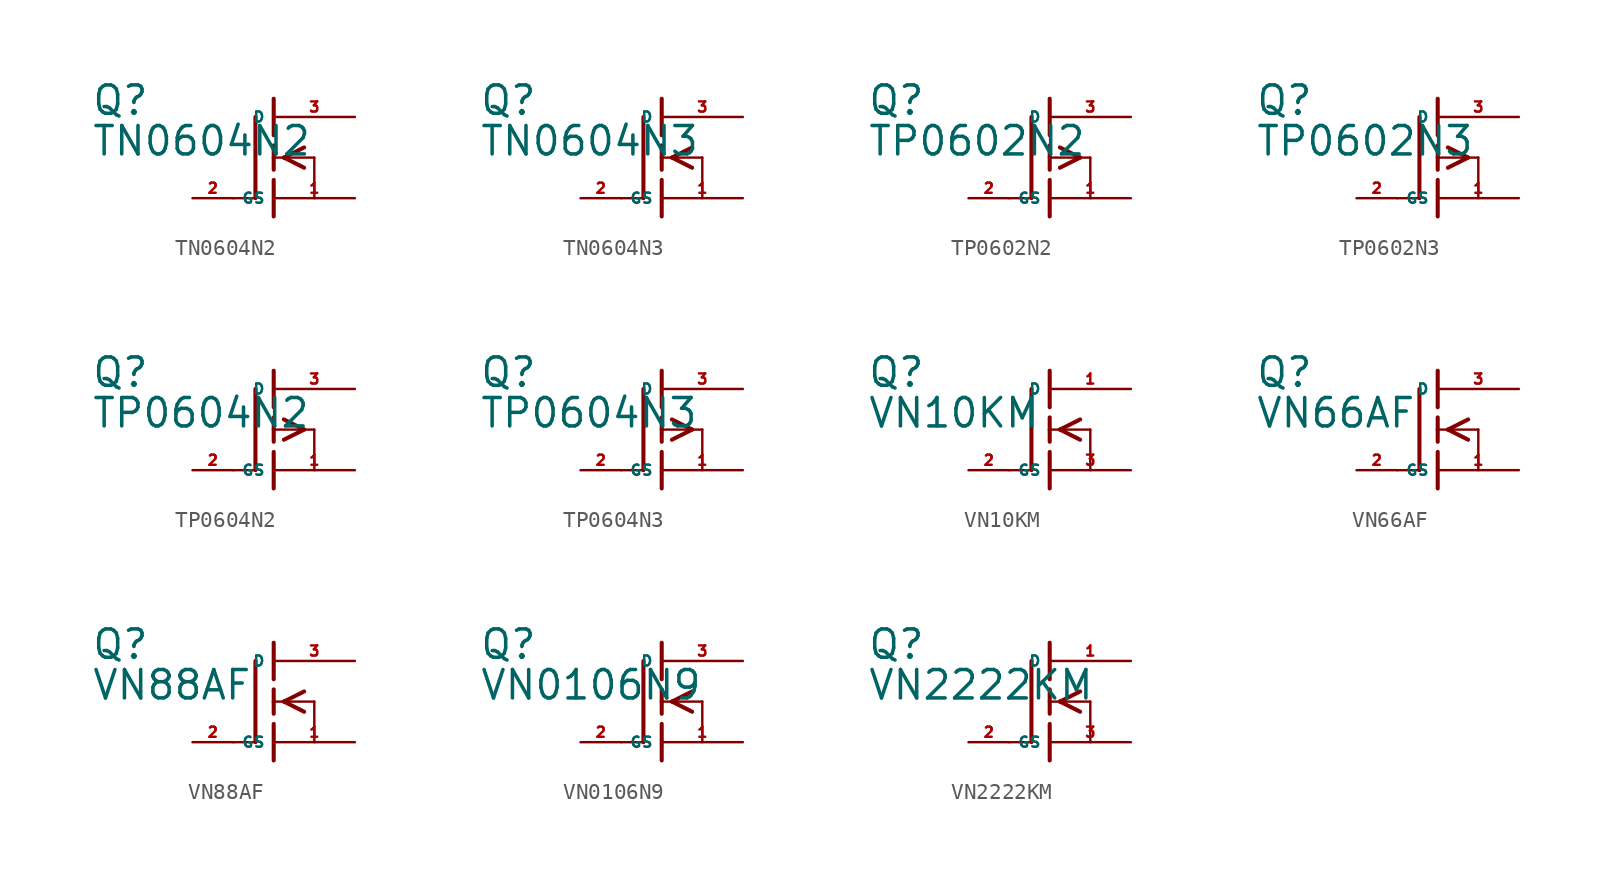
<source format=kicad_sym>
(kicad_symbol_lib
  (version 20220914)
  (generator Eagle2Kicad)
  (symbol "TN0604N2"
    (property "Reference" "Q"
      (at -11.43 2.54 0)
      (effects (font (size 1.778 1.778) (thickness 0.22)) (justify left bottom)))
    (property "Value" "TN0604N2"
      (at -11.43 0 0)
      (effects (font (size 1.778 1.778) (thickness 0.22)) (justify left bottom)))
    (polyline
      (pts (xy -2.54 -2.54) (xy -1.219 -2.54))
      (stroke (width 0.152) (type default))
      (fill (type none)))
    (polyline
      (pts (xy 0 0.762) (xy 0 0))
      (stroke (width 0.254) (type default))
      (fill (type none)))
    (polyline
      (pts (xy 0 0) (xy 0 -0.762))
      (stroke (width 0.254) (type default))
      (fill (type none)))
    (polyline
      (pts (xy 0 3.683) (xy 0 1.397))
      (stroke (width 0.254) (type default))
      (fill (type none)))
    (polyline
      (pts (xy 1.905 0.635) (xy 0.635 0))
      (stroke (width 0.254) (type default))
      (fill (type none)))
    (polyline
      (pts (xy 1.905 -0.635) (xy 0.635 0))
      (stroke (width 0.254) (type default))
      (fill (type none)))
    (polyline
      (pts (xy 0 0) (xy 0.635 0))
      (stroke (width 0.152) (type default))
      (fill (type none)))
    (polyline
      (pts (xy 0.635 0) (xy 2.54 0))
      (stroke (width 0.152) (type default))
      (fill (type none)))
    (polyline
      (pts (xy 2.54 0) (xy 2.54 -2.54))
      (stroke (width 0.152) (type default))
      (fill (type none)))
    (polyline
      (pts (xy 0 -1.397) (xy 0 -3.683))
      (stroke (width 0.254) (type default))
      (fill (type none)))
    (polyline
      (pts (xy -1.143 2.54) (xy -1.143 -2.54))
      (stroke (width 0.254) (type default))
      (fill (type none)))
    (pin passive line
      (at 5.08 2.54 180)
      (length 5.08)
      (name "D" (effects (font (size 0.635 0.635) (thickness 0.08)) (justify left bottom)))
      (number "3" (effects (font (size 0.635 0.635) (thickness 0.08)) (justify left bottom))))
    (pin passive line
      (at 5.08 -2.54 180)
      (length 5.08)
      (name "S" (effects (font (size 0.635 0.635) (thickness 0.08)) (justify left bottom)))
      (number "1" (effects (font (size 0.635 0.635) (thickness 0.08)) (justify left bottom))))
    (pin passive line
      (at -5.08 -2.54 0)
      (length 2.54)
      (name "G" (effects (font (size 0.635 0.635) (thickness 0.08)) (justify left bottom)))
      (number "2" (effects (font (size 0.635 0.635) (thickness 0.08)) (justify left bottom)))))
  (symbol "TN0604N3"
    (property "Reference" "Q"
      (at -11.43 2.54 0)
      (effects (font (size 1.778 1.778) (thickness 0.22)) (justify left bottom)))
    (property "Value" "TN0604N3"
      (at -11.43 0 0)
      (effects (font (size 1.778 1.778) (thickness 0.22)) (justify left bottom)))
    (polyline
      (pts (xy -2.54 -2.54) (xy -1.219 -2.54))
      (stroke (width 0.152) (type default))
      (fill (type none)))
    (polyline
      (pts (xy 0 0.762) (xy 0 0))
      (stroke (width 0.254) (type default))
      (fill (type none)))
    (polyline
      (pts (xy 0 0) (xy 0 -0.762))
      (stroke (width 0.254) (type default))
      (fill (type none)))
    (polyline
      (pts (xy 0 3.683) (xy 0 1.397))
      (stroke (width 0.254) (type default))
      (fill (type none)))
    (polyline
      (pts (xy 1.905 0.635) (xy 0.635 0))
      (stroke (width 0.254) (type default))
      (fill (type none)))
    (polyline
      (pts (xy 1.905 -0.635) (xy 0.635 0))
      (stroke (width 0.254) (type default))
      (fill (type none)))
    (polyline
      (pts (xy 0 0) (xy 0.635 0))
      (stroke (width 0.152) (type default))
      (fill (type none)))
    (polyline
      (pts (xy 0.635 0) (xy 2.54 0))
      (stroke (width 0.152) (type default))
      (fill (type none)))
    (polyline
      (pts (xy 2.54 0) (xy 2.54 -2.54))
      (stroke (width 0.152) (type default))
      (fill (type none)))
    (polyline
      (pts (xy 0 -1.397) (xy 0 -3.683))
      (stroke (width 0.254) (type default))
      (fill (type none)))
    (polyline
      (pts (xy -1.143 2.54) (xy -1.143 -2.54))
      (stroke (width 0.254) (type default))
      (fill (type none)))
    (pin passive line
      (at 5.08 2.54 180)
      (length 5.08)
      (name "D" (effects (font (size 0.635 0.635) (thickness 0.08)) (justify left bottom)))
      (number "3" (effects (font (size 0.635 0.635) (thickness 0.08)) (justify left bottom))))
    (pin passive line
      (at 5.08 -2.54 180)
      (length 5.08)
      (name "S" (effects (font (size 0.635 0.635) (thickness 0.08)) (justify left bottom)))
      (number "1" (effects (font (size 0.635 0.635) (thickness 0.08)) (justify left bottom))))
    (pin passive line
      (at -5.08 -2.54 0)
      (length 2.54)
      (name "G" (effects (font (size 0.635 0.635) (thickness 0.08)) (justify left bottom)))
      (number "2" (effects (font (size 0.635 0.635) (thickness 0.08)) (justify left bottom)))))
  (symbol "TP0602N2"
    (property "Reference" "Q"
      (at -11.43 2.54 0)
      (effects (font (size 1.778 1.778) (thickness 0.22)) (justify left bottom)))
    (property "Value" "TP0602N2"
      (at -11.43 0 0)
      (effects (font (size 1.778 1.778) (thickness 0.22)) (justify left bottom)))
    (polyline
      (pts (xy -2.54 -2.54) (xy -1.219 -2.54))
      (stroke (width 0.152) (type default))
      (fill (type none)))
    (polyline
      (pts (xy 0 0.762) (xy 0 0))
      (stroke (width 0.254) (type default))
      (fill (type none)))
    (polyline
      (pts (xy 0 0) (xy 0 -0.762))
      (stroke (width 0.254) (type default))
      (fill (type none)))
    (polyline
      (pts (xy 0 3.683) (xy 0 1.397))
      (stroke (width 0.254) (type default))
      (fill (type none)))
    (polyline
      (pts (xy 0.635 0.635) (xy 1.905 0))
      (stroke (width 0.254) (type default))
      (fill (type none)))
    (polyline
      (pts (xy 0.635 -0.635) (xy 1.905 0))
      (stroke (width 0.254) (type default))
      (fill (type none)))
    (polyline
      (pts (xy 0 0) (xy 1.905 0))
      (stroke (width 0.152) (type default))
      (fill (type none)))
    (polyline
      (pts (xy 1.905 0) (xy 2.54 0))
      (stroke (width 0.152) (type default))
      (fill (type none)))
    (polyline
      (pts (xy 2.54 0) (xy 2.54 -2.54))
      (stroke (width 0.152) (type default))
      (fill (type none)))
    (polyline
      (pts (xy 0 -1.397) (xy 0 -3.683))
      (stroke (width 0.254) (type default))
      (fill (type none)))
    (polyline
      (pts (xy -1.143 2.54) (xy -1.143 -2.54))
      (stroke (width 0.254) (type default))
      (fill (type none)))
    (pin passive line
      (at 5.08 2.54 180)
      (length 5.08)
      (name "D" (effects (font (size 0.635 0.635) (thickness 0.08)) (justify left bottom)))
      (number "3" (effects (font (size 0.635 0.635) (thickness 0.08)) (justify left bottom))))
    (pin passive line
      (at 5.08 -2.54 180)
      (length 5.08)
      (name "S" (effects (font (size 0.635 0.635) (thickness 0.08)) (justify left bottom)))
      (number "1" (effects (font (size 0.635 0.635) (thickness 0.08)) (justify left bottom))))
    (pin passive line
      (at -5.08 -2.54 0)
      (length 2.54)
      (name "G" (effects (font (size 0.635 0.635) (thickness 0.08)) (justify left bottom)))
      (number "2" (effects (font (size 0.635 0.635) (thickness 0.08)) (justify left bottom)))))
  (symbol "TP0602N3"
    (property "Reference" "Q"
      (at -11.43 2.54 0)
      (effects (font (size 1.778 1.778) (thickness 0.22)) (justify left bottom)))
    (property "Value" "TP0602N3"
      (at -11.43 0 0)
      (effects (font (size 1.778 1.778) (thickness 0.22)) (justify left bottom)))
    (polyline
      (pts (xy -2.54 -2.54) (xy -1.219 -2.54))
      (stroke (width 0.152) (type default))
      (fill (type none)))
    (polyline
      (pts (xy 0 0.762) (xy 0 0))
      (stroke (width 0.254) (type default))
      (fill (type none)))
    (polyline
      (pts (xy 0 0) (xy 0 -0.762))
      (stroke (width 0.254) (type default))
      (fill (type none)))
    (polyline
      (pts (xy 0 3.683) (xy 0 1.397))
      (stroke (width 0.254) (type default))
      (fill (type none)))
    (polyline
      (pts (xy 0.635 0.635) (xy 1.905 0))
      (stroke (width 0.254) (type default))
      (fill (type none)))
    (polyline
      (pts (xy 0.635 -0.635) (xy 1.905 0))
      (stroke (width 0.254) (type default))
      (fill (type none)))
    (polyline
      (pts (xy 0 0) (xy 1.905 0))
      (stroke (width 0.152) (type default))
      (fill (type none)))
    (polyline
      (pts (xy 1.905 0) (xy 2.54 0))
      (stroke (width 0.152) (type default))
      (fill (type none)))
    (polyline
      (pts (xy 2.54 0) (xy 2.54 -2.54))
      (stroke (width 0.152) (type default))
      (fill (type none)))
    (polyline
      (pts (xy 0 -1.397) (xy 0 -3.683))
      (stroke (width 0.254) (type default))
      (fill (type none)))
    (polyline
      (pts (xy -1.143 2.54) (xy -1.143 -2.54))
      (stroke (width 0.254) (type default))
      (fill (type none)))
    (pin passive line
      (at 5.08 2.54 180)
      (length 5.08)
      (name "D" (effects (font (size 0.635 0.635) (thickness 0.08)) (justify left bottom)))
      (number "3" (effects (font (size 0.635 0.635) (thickness 0.08)) (justify left bottom))))
    (pin passive line
      (at 5.08 -2.54 180)
      (length 5.08)
      (name "S" (effects (font (size 0.635 0.635) (thickness 0.08)) (justify left bottom)))
      (number "1" (effects (font (size 0.635 0.635) (thickness 0.08)) (justify left bottom))))
    (pin passive line
      (at -5.08 -2.54 0)
      (length 2.54)
      (name "G" (effects (font (size 0.635 0.635) (thickness 0.08)) (justify left bottom)))
      (number "2" (effects (font (size 0.635 0.635) (thickness 0.08)) (justify left bottom)))))
  (symbol "TP0604N2"
    (property "Reference" "Q"
      (at -11.43 2.54 0)
      (effects (font (size 1.778 1.778) (thickness 0.22)) (justify left bottom)))
    (property "Value" "TP0604N2"
      (at -11.43 0 0)
      (effects (font (size 1.778 1.778) (thickness 0.22)) (justify left bottom)))
    (polyline
      (pts (xy -2.54 -2.54) (xy -1.219 -2.54))
      (stroke (width 0.152) (type default))
      (fill (type none)))
    (polyline
      (pts (xy 0 0.762) (xy 0 0))
      (stroke (width 0.254) (type default))
      (fill (type none)))
    (polyline
      (pts (xy 0 0) (xy 0 -0.762))
      (stroke (width 0.254) (type default))
      (fill (type none)))
    (polyline
      (pts (xy 0 3.683) (xy 0 1.397))
      (stroke (width 0.254) (type default))
      (fill (type none)))
    (polyline
      (pts (xy 0.635 0.635) (xy 1.905 0))
      (stroke (width 0.254) (type default))
      (fill (type none)))
    (polyline
      (pts (xy 0.635 -0.635) (xy 1.905 0))
      (stroke (width 0.254) (type default))
      (fill (type none)))
    (polyline
      (pts (xy 0 0) (xy 1.905 0))
      (stroke (width 0.152) (type default))
      (fill (type none)))
    (polyline
      (pts (xy 1.905 0) (xy 2.54 0))
      (stroke (width 0.152) (type default))
      (fill (type none)))
    (polyline
      (pts (xy 2.54 0) (xy 2.54 -2.54))
      (stroke (width 0.152) (type default))
      (fill (type none)))
    (polyline
      (pts (xy 0 -1.397) (xy 0 -3.683))
      (stroke (width 0.254) (type default))
      (fill (type none)))
    (polyline
      (pts (xy -1.143 2.54) (xy -1.143 -2.54))
      (stroke (width 0.254) (type default))
      (fill (type none)))
    (pin passive line
      (at 5.08 2.54 180)
      (length 5.08)
      (name "D" (effects (font (size 0.635 0.635) (thickness 0.08)) (justify left bottom)))
      (number "3" (effects (font (size 0.635 0.635) (thickness 0.08)) (justify left bottom))))
    (pin passive line
      (at 5.08 -2.54 180)
      (length 5.08)
      (name "S" (effects (font (size 0.635 0.635) (thickness 0.08)) (justify left bottom)))
      (number "1" (effects (font (size 0.635 0.635) (thickness 0.08)) (justify left bottom))))
    (pin passive line
      (at -5.08 -2.54 0)
      (length 2.54)
      (name "G" (effects (font (size 0.635 0.635) (thickness 0.08)) (justify left bottom)))
      (number "2" (effects (font (size 0.635 0.635) (thickness 0.08)) (justify left bottom)))))
  (symbol "TP0604N3"
    (property "Reference" "Q"
      (at -11.43 2.54 0)
      (effects (font (size 1.778 1.778) (thickness 0.22)) (justify left bottom)))
    (property "Value" "TP0604N3"
      (at -11.43 0 0)
      (effects (font (size 1.778 1.778) (thickness 0.22)) (justify left bottom)))
    (polyline
      (pts (xy -2.54 -2.54) (xy -1.219 -2.54))
      (stroke (width 0.152) (type default))
      (fill (type none)))
    (polyline
      (pts (xy 0 0.762) (xy 0 0))
      (stroke (width 0.254) (type default))
      (fill (type none)))
    (polyline
      (pts (xy 0 0) (xy 0 -0.762))
      (stroke (width 0.254) (type default))
      (fill (type none)))
    (polyline
      (pts (xy 0 3.683) (xy 0 1.397))
      (stroke (width 0.254) (type default))
      (fill (type none)))
    (polyline
      (pts (xy 0.635 0.635) (xy 1.905 0))
      (stroke (width 0.254) (type default))
      (fill (type none)))
    (polyline
      (pts (xy 0.635 -0.635) (xy 1.905 0))
      (stroke (width 0.254) (type default))
      (fill (type none)))
    (polyline
      (pts (xy 0 0) (xy 1.905 0))
      (stroke (width 0.152) (type default))
      (fill (type none)))
    (polyline
      (pts (xy 1.905 0) (xy 2.54 0))
      (stroke (width 0.152) (type default))
      (fill (type none)))
    (polyline
      (pts (xy 2.54 0) (xy 2.54 -2.54))
      (stroke (width 0.152) (type default))
      (fill (type none)))
    (polyline
      (pts (xy 0 -1.397) (xy 0 -3.683))
      (stroke (width 0.254) (type default))
      (fill (type none)))
    (polyline
      (pts (xy -1.143 2.54) (xy -1.143 -2.54))
      (stroke (width 0.254) (type default))
      (fill (type none)))
    (pin passive line
      (at 5.08 2.54 180)
      (length 5.08)
      (name "D" (effects (font (size 0.635 0.635) (thickness 0.08)) (justify left bottom)))
      (number "3" (effects (font (size 0.635 0.635) (thickness 0.08)) (justify left bottom))))
    (pin passive line
      (at 5.08 -2.54 180)
      (length 5.08)
      (name "S" (effects (font (size 0.635 0.635) (thickness 0.08)) (justify left bottom)))
      (number "1" (effects (font (size 0.635 0.635) (thickness 0.08)) (justify left bottom))))
    (pin passive line
      (at -5.08 -2.54 0)
      (length 2.54)
      (name "G" (effects (font (size 0.635 0.635) (thickness 0.08)) (justify left bottom)))
      (number "2" (effects (font (size 0.635 0.635) (thickness 0.08)) (justify left bottom)))))
  (symbol "VN10KM"
    (property "Reference" "Q"
      (at -11.43 2.54 0)
      (effects (font (size 1.778 1.778) (thickness 0.22)) (justify left bottom)))
    (property "Value" "VN10KM"
      (at -11.43 0 0)
      (effects (font (size 1.778 1.778) (thickness 0.22)) (justify left bottom)))
    (polyline
      (pts (xy -2.54 -2.54) (xy -1.219 -2.54))
      (stroke (width 0.152) (type default))
      (fill (type none)))
    (polyline
      (pts (xy 0 0.762) (xy 0 0))
      (stroke (width 0.254) (type default))
      (fill (type none)))
    (polyline
      (pts (xy 0 0) (xy 0 -0.762))
      (stroke (width 0.254) (type default))
      (fill (type none)))
    (polyline
      (pts (xy 0 3.683) (xy 0 1.397))
      (stroke (width 0.254) (type default))
      (fill (type none)))
    (polyline
      (pts (xy 1.905 0.635) (xy 0.635 0))
      (stroke (width 0.254) (type default))
      (fill (type none)))
    (polyline
      (pts (xy 1.905 -0.635) (xy 0.635 0))
      (stroke (width 0.254) (type default))
      (fill (type none)))
    (polyline
      (pts (xy 0 0) (xy 0.635 0))
      (stroke (width 0.152) (type default))
      (fill (type none)))
    (polyline
      (pts (xy 0.635 0) (xy 2.54 0))
      (stroke (width 0.152) (type default))
      (fill (type none)))
    (polyline
      (pts (xy 2.54 0) (xy 2.54 -2.54))
      (stroke (width 0.152) (type default))
      (fill (type none)))
    (polyline
      (pts (xy 0 -1.397) (xy 0 -3.683))
      (stroke (width 0.254) (type default))
      (fill (type none)))
    (polyline
      (pts (xy -1.143 2.54) (xy -1.143 -2.54))
      (stroke (width 0.254) (type default))
      (fill (type none)))
    (pin passive line
      (at 5.08 2.54 180)
      (length 5.08)
      (name "D" (effects (font (size 0.635 0.635) (thickness 0.08)) (justify left bottom)))
      (number "1" (effects (font (size 0.635 0.635) (thickness 0.08)) (justify left bottom))))
    (pin passive line
      (at 5.08 -2.54 180)
      (length 5.08)
      (name "S" (effects (font (size 0.635 0.635) (thickness 0.08)) (justify left bottom)))
      (number "3" (effects (font (size 0.635 0.635) (thickness 0.08)) (justify left bottom))))
    (pin passive line
      (at -5.08 -2.54 0)
      (length 2.54)
      (name "G" (effects (font (size 0.635 0.635) (thickness 0.08)) (justify left bottom)))
      (number "2" (effects (font (size 0.635 0.635) (thickness 0.08)) (justify left bottom)))))
  (symbol "VN66AF"
    (property "Reference" "Q"
      (at -11.43 2.54 0)
      (effects (font (size 1.778 1.778) (thickness 0.22)) (justify left bottom)))
    (property "Value" "VN66AF"
      (at -11.43 0 0)
      (effects (font (size 1.778 1.778) (thickness 0.22)) (justify left bottom)))
    (polyline
      (pts (xy -2.54 -2.54) (xy -1.219 -2.54))
      (stroke (width 0.152) (type default))
      (fill (type none)))
    (polyline
      (pts (xy 0 0.762) (xy 0 0))
      (stroke (width 0.254) (type default))
      (fill (type none)))
    (polyline
      (pts (xy 0 0) (xy 0 -0.762))
      (stroke (width 0.254) (type default))
      (fill (type none)))
    (polyline
      (pts (xy 0 3.683) (xy 0 1.397))
      (stroke (width 0.254) (type default))
      (fill (type none)))
    (polyline
      (pts (xy 1.905 0.635) (xy 0.635 0))
      (stroke (width 0.254) (type default))
      (fill (type none)))
    (polyline
      (pts (xy 1.905 -0.635) (xy 0.635 0))
      (stroke (width 0.254) (type default))
      (fill (type none)))
    (polyline
      (pts (xy 0 0) (xy 0.635 0))
      (stroke (width 0.152) (type default))
      (fill (type none)))
    (polyline
      (pts (xy 0.635 0) (xy 2.54 0))
      (stroke (width 0.152) (type default))
      (fill (type none)))
    (polyline
      (pts (xy 2.54 0) (xy 2.54 -2.54))
      (stroke (width 0.152) (type default))
      (fill (type none)))
    (polyline
      (pts (xy 0 -1.397) (xy 0 -3.683))
      (stroke (width 0.254) (type default))
      (fill (type none)))
    (polyline
      (pts (xy -1.143 2.54) (xy -1.143 -2.54))
      (stroke (width 0.254) (type default))
      (fill (type none)))
    (pin passive line
      (at 5.08 2.54 180)
      (length 5.08)
      (name "D" (effects (font (size 0.635 0.635) (thickness 0.08)) (justify left bottom)))
      (number "3" (effects (font (size 0.635 0.635) (thickness 0.08)) (justify left bottom))))
    (pin passive line
      (at 5.08 -2.54 180)
      (length 5.08)
      (name "S" (effects (font (size 0.635 0.635) (thickness 0.08)) (justify left bottom)))
      (number "1" (effects (font (size 0.635 0.635) (thickness 0.08)) (justify left bottom))))
    (pin passive line
      (at -5.08 -2.54 0)
      (length 2.54)
      (name "G" (effects (font (size 0.635 0.635) (thickness 0.08)) (justify left bottom)))
      (number "2" (effects (font (size 0.635 0.635) (thickness 0.08)) (justify left bottom)))))
  (symbol "VN88AF"
    (property "Reference" "Q"
      (at -11.43 2.54 0)
      (effects (font (size 1.778 1.778) (thickness 0.22)) (justify left bottom)))
    (property "Value" "VN88AF"
      (at -11.43 0 0)
      (effects (font (size 1.778 1.778) (thickness 0.22)) (justify left bottom)))
    (polyline
      (pts (xy -2.54 -2.54) (xy -1.219 -2.54))
      (stroke (width 0.152) (type default))
      (fill (type none)))
    (polyline
      (pts (xy 0 0.762) (xy 0 0))
      (stroke (width 0.254) (type default))
      (fill (type none)))
    (polyline
      (pts (xy 0 0) (xy 0 -0.762))
      (stroke (width 0.254) (type default))
      (fill (type none)))
    (polyline
      (pts (xy 0 3.683) (xy 0 1.397))
      (stroke (width 0.254) (type default))
      (fill (type none)))
    (polyline
      (pts (xy 1.905 0.635) (xy 0.635 0))
      (stroke (width 0.254) (type default))
      (fill (type none)))
    (polyline
      (pts (xy 1.905 -0.635) (xy 0.635 0))
      (stroke (width 0.254) (type default))
      (fill (type none)))
    (polyline
      (pts (xy 0 0) (xy 0.635 0))
      (stroke (width 0.152) (type default))
      (fill (type none)))
    (polyline
      (pts (xy 0.635 0) (xy 2.54 0))
      (stroke (width 0.152) (type default))
      (fill (type none)))
    (polyline
      (pts (xy 2.54 0) (xy 2.54 -2.54))
      (stroke (width 0.152) (type default))
      (fill (type none)))
    (polyline
      (pts (xy 0 -1.397) (xy 0 -3.683))
      (stroke (width 0.254) (type default))
      (fill (type none)))
    (polyline
      (pts (xy -1.143 2.54) (xy -1.143 -2.54))
      (stroke (width 0.254) (type default))
      (fill (type none)))
    (pin passive line
      (at 5.08 2.54 180)
      (length 5.08)
      (name "D" (effects (font (size 0.635 0.635) (thickness 0.08)) (justify left bottom)))
      (number "3" (effects (font (size 0.635 0.635) (thickness 0.08)) (justify left bottom))))
    (pin passive line
      (at 5.08 -2.54 180)
      (length 5.08)
      (name "S" (effects (font (size 0.635 0.635) (thickness 0.08)) (justify left bottom)))
      (number "1" (effects (font (size 0.635 0.635) (thickness 0.08)) (justify left bottom))))
    (pin passive line
      (at -5.08 -2.54 0)
      (length 2.54)
      (name "G" (effects (font (size 0.635 0.635) (thickness 0.08)) (justify left bottom)))
      (number "2" (effects (font (size 0.635 0.635) (thickness 0.08)) (justify left bottom)))))
  (symbol "VN0106N9"
    (property "Reference" "Q"
      (at -11.43 2.54 0)
      (effects (font (size 1.778 1.778) (thickness 0.22)) (justify left bottom)))
    (property "Value" "VN0106N9"
      (at -11.43 0 0)
      (effects (font (size 1.778 1.778) (thickness 0.22)) (justify left bottom)))
    (polyline
      (pts (xy -2.54 -2.54) (xy -1.219 -2.54))
      (stroke (width 0.152) (type default))
      (fill (type none)))
    (polyline
      (pts (xy 0 0.762) (xy 0 0))
      (stroke (width 0.254) (type default))
      (fill (type none)))
    (polyline
      (pts (xy 0 0) (xy 0 -0.762))
      (stroke (width 0.254) (type default))
      (fill (type none)))
    (polyline
      (pts (xy 0 3.683) (xy 0 1.397))
      (stroke (width 0.254) (type default))
      (fill (type none)))
    (polyline
      (pts (xy 1.905 0.635) (xy 0.635 0))
      (stroke (width 0.254) (type default))
      (fill (type none)))
    (polyline
      (pts (xy 1.905 -0.635) (xy 0.635 0))
      (stroke (width 0.254) (type default))
      (fill (type none)))
    (polyline
      (pts (xy 0 0) (xy 0.635 0))
      (stroke (width 0.152) (type default))
      (fill (type none)))
    (polyline
      (pts (xy 0.635 0) (xy 2.54 0))
      (stroke (width 0.152) (type default))
      (fill (type none)))
    (polyline
      (pts (xy 2.54 0) (xy 2.54 -2.54))
      (stroke (width 0.152) (type default))
      (fill (type none)))
    (polyline
      (pts (xy 0 -1.397) (xy 0 -3.683))
      (stroke (width 0.254) (type default))
      (fill (type none)))
    (polyline
      (pts (xy -1.143 2.54) (xy -1.143 -2.54))
      (stroke (width 0.254) (type default))
      (fill (type none)))
    (pin passive line
      (at 5.08 2.54 180)
      (length 5.08)
      (name "D" (effects (font (size 0.635 0.635) (thickness 0.08)) (justify left bottom)))
      (number "3" (effects (font (size 0.635 0.635) (thickness 0.08)) (justify left bottom))))
    (pin passive line
      (at 5.08 -2.54 180)
      (length 5.08)
      (name "S" (effects (font (size 0.635 0.635) (thickness 0.08)) (justify left bottom)))
      (number "1" (effects (font (size 0.635 0.635) (thickness 0.08)) (justify left bottom))))
    (pin passive line
      (at -5.08 -2.54 0)
      (length 2.54)
      (name "G" (effects (font (size 0.635 0.635) (thickness 0.08)) (justify left bottom)))
      (number "2" (effects (font (size 0.635 0.635) (thickness 0.08)) (justify left bottom)))))
  (symbol "VN2222KM"
    (property "Reference" "Q"
      (at -11.43 2.54 0)
      (effects (font (size 1.778 1.778) (thickness 0.22)) (justify left bottom)))
    (property "Value" "VN2222KM"
      (at -11.43 0 0)
      (effects (font (size 1.778 1.778) (thickness 0.22)) (justify left bottom)))
    (polyline
      (pts (xy -2.54 -2.54) (xy -1.219 -2.54))
      (stroke (width 0.152) (type default))
      (fill (type none)))
    (polyline
      (pts (xy 0 0.762) (xy 0 0))
      (stroke (width 0.254) (type default))
      (fill (type none)))
    (polyline
      (pts (xy 0 0) (xy 0 -0.762))
      (stroke (width 0.254) (type default))
      (fill (type none)))
    (polyline
      (pts (xy 0 3.683) (xy 0 1.397))
      (stroke (width 0.254) (type default))
      (fill (type none)))
    (polyline
      (pts (xy 1.905 0.635) (xy 0.635 0))
      (stroke (width 0.254) (type default))
      (fill (type none)))
    (polyline
      (pts (xy 1.905 -0.635) (xy 0.635 0))
      (stroke (width 0.254) (type default))
      (fill (type none)))
    (polyline
      (pts (xy 0 0) (xy 0.635 0))
      (stroke (width 0.152) (type default))
      (fill (type none)))
    (polyline
      (pts (xy 0.635 0) (xy 2.54 0))
      (stroke (width 0.152) (type default))
      (fill (type none)))
    (polyline
      (pts (xy 2.54 0) (xy 2.54 -2.54))
      (stroke (width 0.152) (type default))
      (fill (type none)))
    (polyline
      (pts (xy 0 -1.397) (xy 0 -3.683))
      (stroke (width 0.254) (type default))
      (fill (type none)))
    (polyline
      (pts (xy -1.143 2.54) (xy -1.143 -2.54))
      (stroke (width 0.254) (type default))
      (fill (type none)))
    (pin passive line
      (at 5.08 2.54 180)
      (length 5.08)
      (name "D" (effects (font (size 0.635 0.635) (thickness 0.08)) (justify left bottom)))
      (number "1" (effects (font (size 0.635 0.635) (thickness 0.08)) (justify left bottom))))
    (pin passive line
      (at 5.08 -2.54 180)
      (length 5.08)
      (name "S" (effects (font (size 0.635 0.635) (thickness 0.08)) (justify left bottom)))
      (number "3" (effects (font (size 0.635 0.635) (thickness 0.08)) (justify left bottom))))
    (pin passive line
      (at -5.08 -2.54 0)
      (length 2.54)
      (name "G" (effects (font (size 0.635 0.635) (thickness 0.08)) (justify left bottom)))
      (number "2" (effects (font (size 0.635 0.635) (thickness 0.08)) (justify left bottom))))))
</source>
